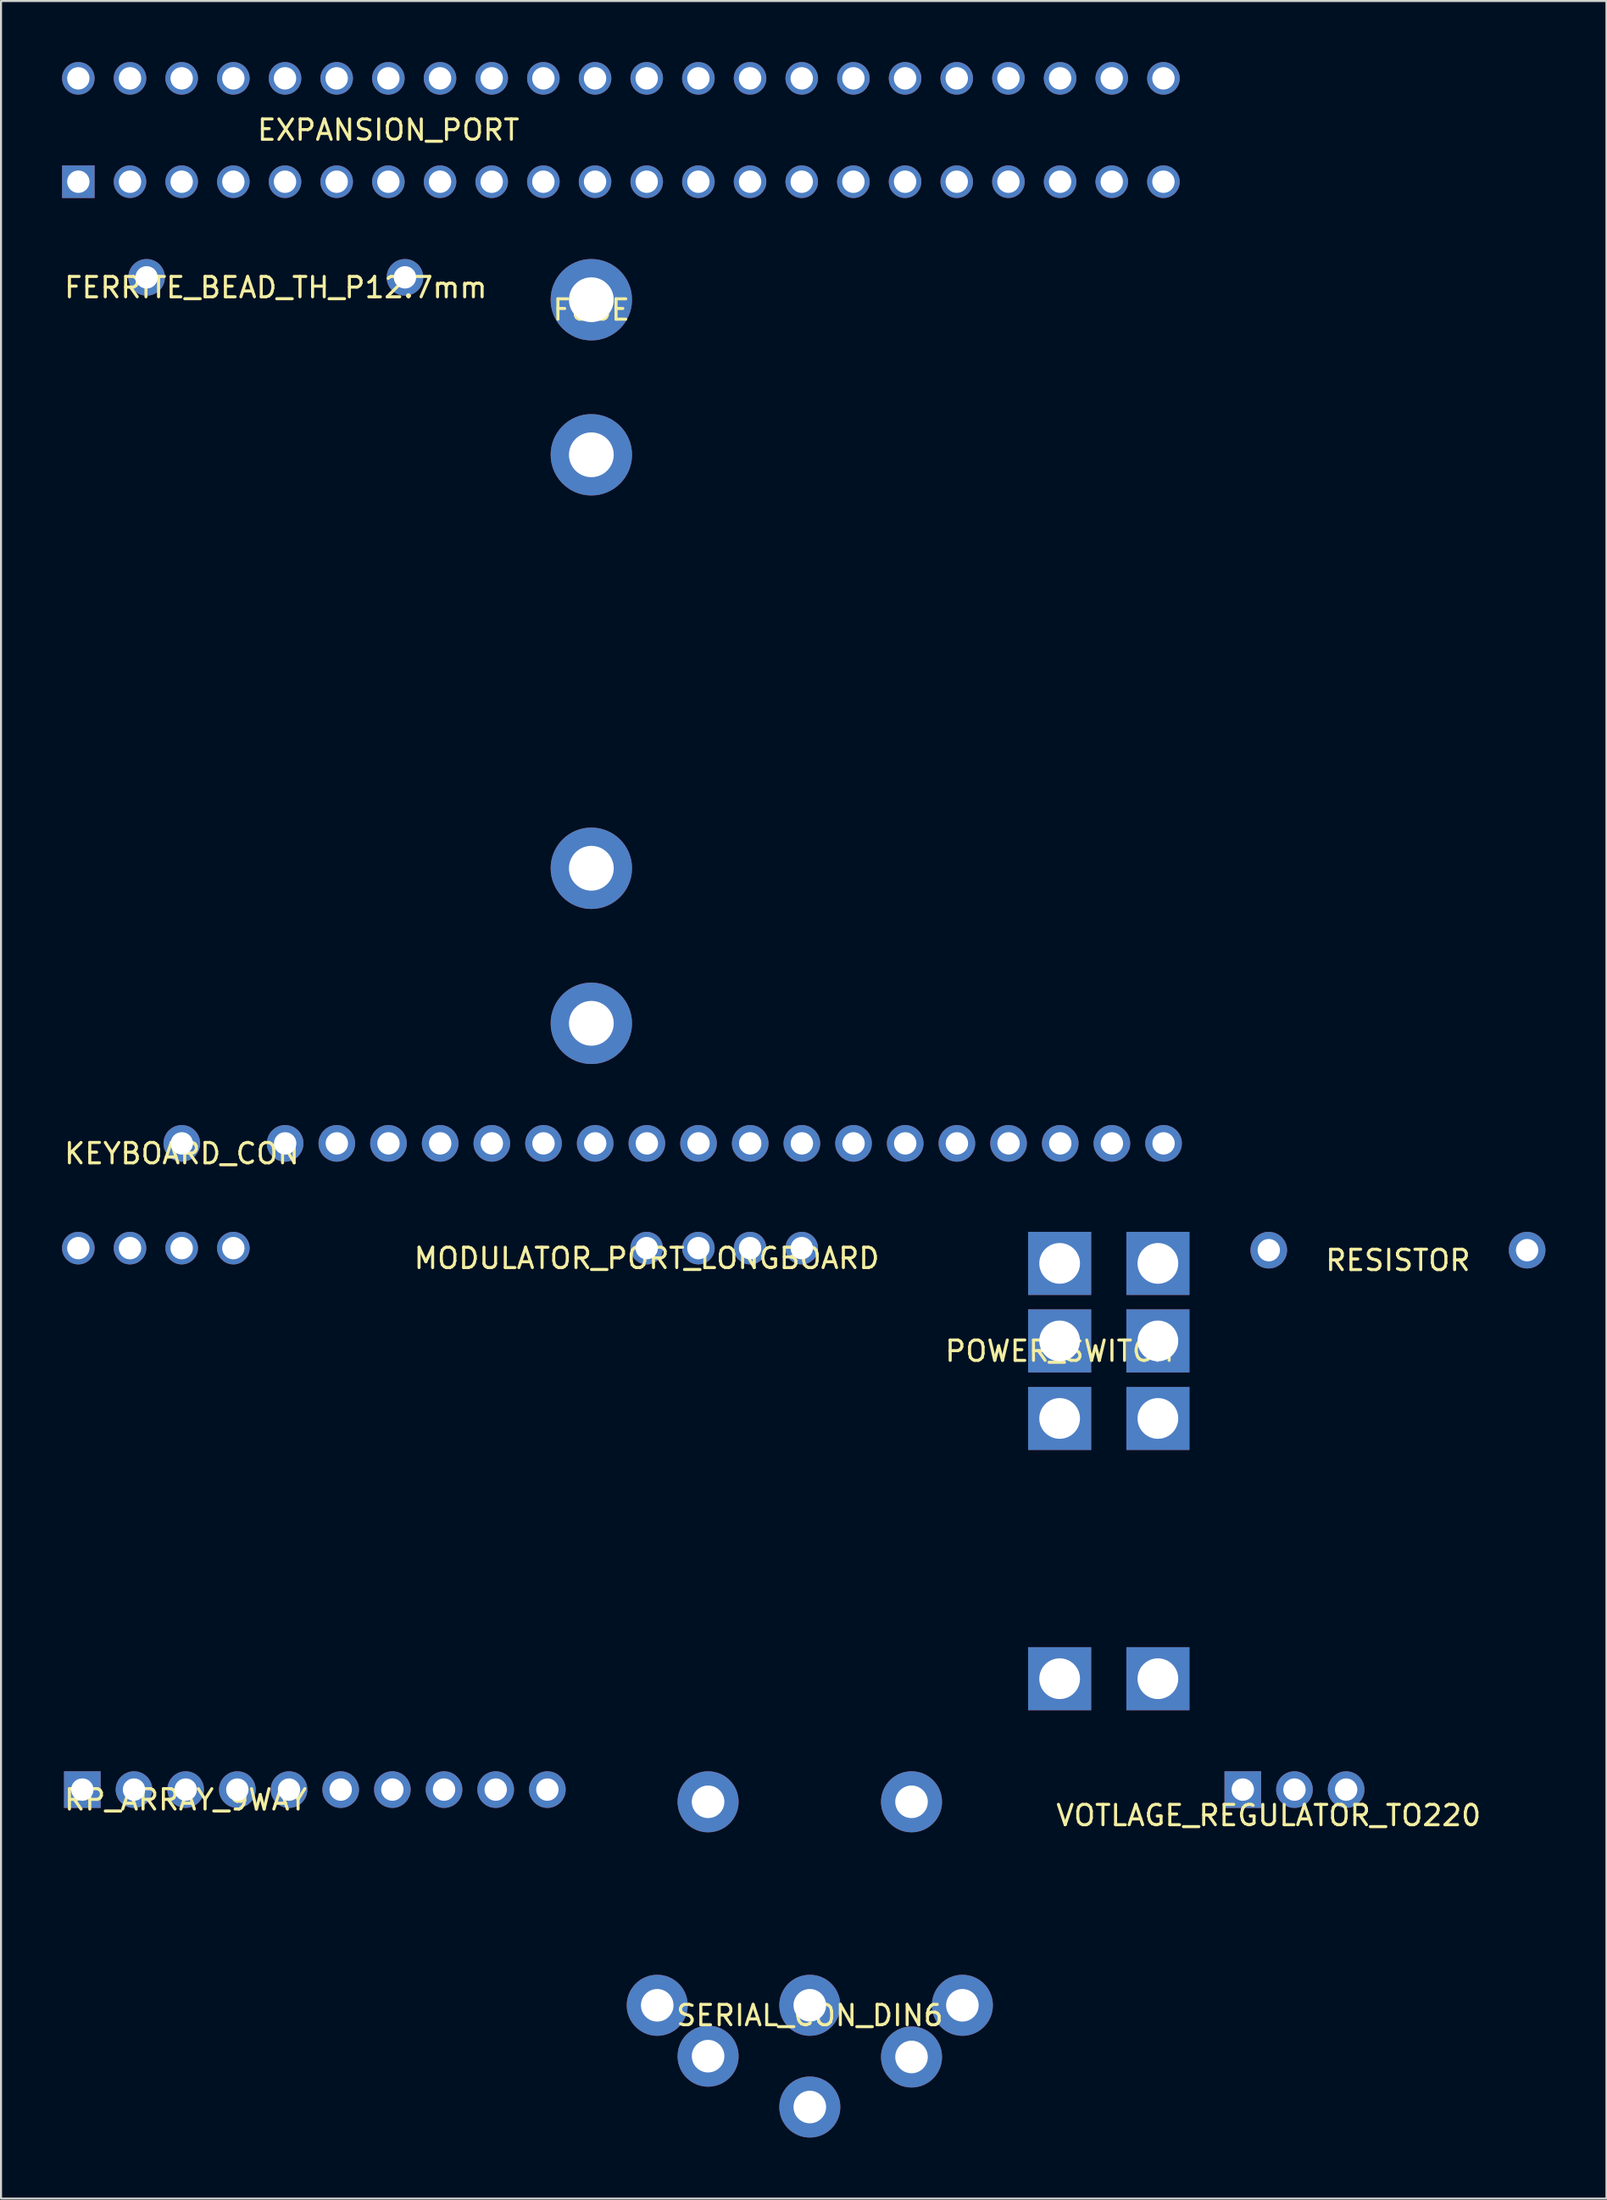
<source format=kicad_pcb>
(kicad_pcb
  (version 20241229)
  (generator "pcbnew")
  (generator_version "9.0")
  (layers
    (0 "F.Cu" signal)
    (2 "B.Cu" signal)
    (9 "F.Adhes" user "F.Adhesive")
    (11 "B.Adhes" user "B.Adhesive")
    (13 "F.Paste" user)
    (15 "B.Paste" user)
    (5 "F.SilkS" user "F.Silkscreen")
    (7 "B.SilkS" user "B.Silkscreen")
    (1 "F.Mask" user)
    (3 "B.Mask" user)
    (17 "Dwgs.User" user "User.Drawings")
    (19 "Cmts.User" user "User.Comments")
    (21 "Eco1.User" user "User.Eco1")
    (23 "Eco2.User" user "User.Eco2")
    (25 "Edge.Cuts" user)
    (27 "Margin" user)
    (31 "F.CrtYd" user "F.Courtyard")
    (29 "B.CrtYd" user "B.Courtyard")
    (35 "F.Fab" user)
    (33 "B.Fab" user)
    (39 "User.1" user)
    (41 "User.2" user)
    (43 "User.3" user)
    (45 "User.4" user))
  (footprint "RESISTOR"
    (layer "F.Cu")
    (at 59.318 58.388)
    (property "Reference" "RESISTOR" (at 6.35 0.5 0) (layer "F.SilkS") (effects (font (size 1 1) (thickness 0.15))))
    (attr through_hole)
    (pad "1" thru_hole circle (at 0 0) (size 1.8 1.8) (drill 1.1) (layers "*.Cu" "*.Mask"))
    (pad "2" thru_hole circle (at 12.7 0) (size 1.8 1.8) (drill 1.1) (layers "*.Cu" "*.Mask")))
  (footprint "SERIAL_CON_DIN6"
    (layer "F.Cu")
    (at 36.757 95.498)
    (property "Reference" "SERIAL_CON_DIN6" (at 0 0.5 0) (layer "F.SilkS") (effects (font (size 1 1) (thickness 0.15))))
    (attr through_hole)
    (pad "1" thru_hole circle (at -7.5 0) (size 3 3) (drill 1.6) (layers "*.Cu" "*.Mask"))
    (pad "2" thru_hole circle (at -5 -10) (size 3 3) (drill 1.6) (layers "*.Cu" "*.Mask"))
    (pad "2" thru_hole circle (at -5 2.5) (size 3 3) (drill 1.6) (layers "*.Cu" "*.Mask"))
    (pad "2" thru_hole circle (at 5 -10) (size 3 3) (drill 1.6) (layers "*.Cu" "*.Mask"))
    (pad "3" thru_hole circle (at 0 0) (size 3 3) (drill 1.6) (layers "*.Cu" "*.Mask"))
    (pad "4" thru_hole circle (at 5 2.54) (size 3 3) (drill 1.6) (layers "*.Cu" "*.Mask"))
    (pad "5" thru_hole circle (at 7.5 0) (size 3 3) (drill 1.6) (layers "*.Cu" "*.Mask"))
    (pad "6" thru_hole circle (at 0 5) (size 3 3) (drill 1.6) (layers "*.Cu" "*.Mask")))
  (footprint "KEYBOARD_CON"
    (layer "F.Cu")
    (at 5.887 53.14)
    (property "Reference" "KEYBOARD_CON" (at 0 0.5 0) (layer "F.SilkS") (effects (font (size 1 1) (thickness 0.15))))
    (attr through_hole)
    (pad "1" thru_hole circle (at 0 0) (size 1.8 1.8) (drill 1.1) (layers "*.Cu" "*.Mask"))
    (pad "3" thru_hole circle (at 5.08 0) (size 1.8 1.8) (drill 1.1) (layers "*.Cu" "*.Mask"))
    (pad "4" thru_hole circle (at 7.62 0) (size 1.8 1.8) (drill 1.1) (layers "*.Cu" "*.Mask"))
    (pad "5" thru_hole circle (at 10.16 0) (size 1.8 1.8) (drill 1.1) (layers "*.Cu" "*.Mask"))
    (pad "6" thru_hole circle (at 12.7 0) (size 1.8 1.8) (drill 1.1) (layers "*.Cu" "*.Mask"))
    (pad "7" thru_hole circle (at 15.24 0) (size 1.8 1.8) (drill 1.1) (layers "*.Cu" "*.Mask"))
    (pad "8" thru_hole circle (at 17.78 0) (size 1.8 1.8) (drill 1.1) (layers "*.Cu" "*.Mask"))
    (pad "9" thru_hole circle (at 20.32 0) (size 1.8 1.8) (drill 1.1) (layers "*.Cu" "*.Mask"))
    (pad "10" thru_hole circle (at 22.86 0) (size 1.8 1.8) (drill 1.1) (layers "*.Cu" "*.Mask"))
    (pad "11" thru_hole circle (at 25.4 0) (size 1.8 1.8) (drill 1.1) (layers "*.Cu" "*.Mask"))
    (pad "12" thru_hole circle (at 27.94 0) (size 1.8 1.8) (drill 1.1) (layers "*.Cu" "*.Mask"))
    (pad "13" thru_hole circle (at 30.48 0) (size 1.8 1.8) (drill 1.1) (layers "*.Cu" "*.Mask"))
    (pad "14" thru_hole circle (at 33.02 0) (size 1.8 1.8) (drill 1.1) (layers "*.Cu" "*.Mask"))
    (pad "15" thru_hole circle (at 35.56 0) (size 1.8 1.8) (drill 1.1) (layers "*.Cu" "*.Mask"))
    (pad "16" thru_hole circle (at 38.1 0) (size 1.8 1.8) (drill 1.1) (layers "*.Cu" "*.Mask"))
    (pad "17" thru_hole circle (at 40.64 0) (size 1.8 1.8) (drill 1.1) (layers "*.Cu" "*.Mask"))
    (pad "18" thru_hole circle (at 43.18 0) (size 1.8 1.8) (drill 1.1) (layers "*.Cu" "*.Mask"))
    (pad "19" thru_hole circle (at 45.72 0) (size 1.8 1.8) (drill 1.1) (layers "*.Cu" "*.Mask"))
    (pad "20" thru_hole circle (at 48.26 0) (size 1.8 1.8) (drill 1.1) (layers "*.Cu" "*.Mask")))
  (footprint "POWER_SWITCH"
    (layer "F.Cu")
    (at 49.038 62.848)
    (property "Reference" "POWER_SWITCH" (at 0 0.5 0) (layer "F.SilkS") (effects (font (size 1 1) (thickness 0.15))))
    (attr through_hole)
    (pad "1" thru_hole rect (at 0 0) (size 3.1 3.1) (drill 2) (layers "*.Cu" "*.Mask"))
    (pad "2" thru_hole rect (at 0 3.81) (size 3.1 3.1) (drill 2) (layers "*.Cu" "*.Mask"))
    (pad "3" thru_hole rect (at 0 -3.81) (size 3.1 3.1) (drill 2) (layers "*.Cu" "*.Mask"))
    (pad "4" thru_hole rect (at 4.83 0) (size 3.1 3.1) (drill 2) (layers "*.Cu" "*.Mask"))
    (pad "5" thru_hole rect (at 4.83 3.81) (size 3.1 3.1) (drill 2) (layers "*.Cu" "*.Mask"))
    (pad "6" thru_hole rect (at 4.83 -3.81) (size 3.1 3.1) (drill 2) (layers "*.Cu" "*.Mask"))
    (pad "pe" thru_hole rect (at 0 16.6) (size 3.1 3.1) (drill 2) (layers "*.Cu" "*.Mask"))
    (pad "pe" thru_hole rect (at 4.83 16.6) (size 3.1 3.1) (drill 2) (layers "*.Cu" "*.Mask")))
  (footprint "RP_ARRAY_9WAY"
    (layer "F.Cu")
    (at 0.997 84.898)
    (property "Reference" "RP_ARRAY_9WAY" (at 5.08 0.5 0) (layer "F.SilkS") (effects (font (size 1 1) (thickness 0.15))))
    (attr through_hole)
    (pad "1" thru_hole rect (at 0 0) (size 1.8 1.8) (drill 1.1) (layers "*.Cu" "*.Mask"))
    (pad "2" thru_hole circle (at 2.54 0) (size 1.8 1.8) (drill 1.1) (layers "*.Cu" "*.Mask"))
    (pad "3" thru_hole circle (at 5.08 0) (size 1.8 1.8) (drill 1.1) (layers "*.Cu" "*.Mask"))
    (pad "4" thru_hole circle (at 7.62 0) (size 1.8 1.8) (drill 1.1) (layers "*.Cu" "*.Mask"))
    (pad "5" thru_hole circle (at 10.16 0) (size 1.8 1.8) (drill 1.1) (layers "*.Cu" "*.Mask"))
    (pad "6" thru_hole circle (at 12.7 0) (size 1.8 1.8) (drill 1.1) (layers "*.Cu" "*.Mask"))
    (pad "7" thru_hole circle (at 15.24 0) (size 1.8 1.8) (drill 1.1) (layers "*.Cu" "*.Mask"))
    (pad "8" thru_hole circle (at 17.78 0) (size 1.8 1.8) (drill 1.1) (layers "*.Cu" "*.Mask"))
    (pad "9" thru_hole circle (at 20.32 0) (size 1.8 1.8) (drill 1.1) (layers "*.Cu" "*.Mask"))
    (pad "10" thru_hole circle (at 22.86 0) (size 1.8 1.8) (drill 1.1) (layers "*.Cu" "*.Mask")))
  (footprint "MODULATOR_PORT_LONGBOARD"
    (layer "F.Cu")
    (at 28.74 58.288)
    (property "Reference" "MODULATOR_PORT_LONGBOARD" (at 0 0.5 0) (layer "F.SilkS") (effects (font (size 1 1) (thickness 0.15))))
    (attr through_hole)
    (pad "1" thru_hole circle (at 7.62 0) (size 1.6 1.6) (drill 1.1) (layers "*.Cu" "*.Mask"))
    (pad "2" thru_hole circle (at 5.08 0) (size 1.6 1.6) (drill 1.1) (layers "*.Cu" "*.Mask"))
    (pad "3" thru_hole circle (at 2.54 0) (size 1.6 1.6) (drill 1.1) (layers "*.Cu" "*.Mask"))
    (pad "4" thru_hole circle (at 0 0) (size 1.6 1.6) (drill 1.1) (layers "*.Cu" "*.Mask"))
    (pad "5" thru_hole circle (at -20.32 0) (size 1.6 1.6) (drill 1.1) (layers "*.Cu" "*.Mask"))
    (pad "6" thru_hole circle (at -22.86 0) (size 1.6 1.6) (drill 1.1) (layers "*.Cu" "*.Mask"))
    (pad "7" thru_hole circle (at -25.4 0) (size 1.6 1.6) (drill 1.1) (layers "*.Cu" "*.Mask"))
    (pad "8" thru_hole circle (at -27.94 0) (size 1.6 1.6) (drill 1.1) (layers "*.Cu" "*.Mask")))
  (footprint "EXPANSION_PORT"
    (layer "F.Cu")
    (at 0.8 5.88)
    (property "Reference" "EXPANSION_PORT" (at 15.24 -2.54 0) (layer "F.SilkS") (effects (font (size 1 1) (thickness 0.15))))
    (attr through_hole)
    (pad "1" thru_hole rect (at 0 0) (size 1.6 1.6) (drill 1.1) (layers "*.Cu" "*.Mask"))
    (pad "2" thru_hole circle (at 2.54 0) (size 1.6 1.6) (drill 1.1) (layers "*.Cu" "*.Mask"))
    (pad "3" thru_hole circle (at 5.08 0) (size 1.6 1.6) (drill 1.1) (layers "*.Cu" "*.Mask"))
    (pad "4" thru_hole circle (at 7.62 0) (size 1.6 1.6) (drill 1.1) (layers "*.Cu" "*.Mask"))
    (pad "5" thru_hole circle (at 10.16 0) (size 1.6 1.6) (drill 1.1) (layers "*.Cu" "*.Mask"))
    (pad "6" thru_hole circle (at 12.7 0) (size 1.6 1.6) (drill 1.1) (layers "*.Cu" "*.Mask"))
    (pad "7" thru_hole circle (at 15.24 0) (size 1.6 1.6) (drill 1.1) (layers "*.Cu" "*.Mask"))
    (pad "8" thru_hole circle (at 17.78 0) (size 1.6 1.6) (drill 1.1) (layers "*.Cu" "*.Mask"))
    (pad "9" thru_hole circle (at 20.32 0) (size 1.6 1.6) (drill 1.1) (layers "*.Cu" "*.Mask"))
    (pad "10" thru_hole circle (at 22.86 0) (size 1.6 1.6) (drill 1.1) (layers "*.Cu" "*.Mask"))
    (pad "11" thru_hole circle (at 25.4 0) (size 1.6 1.6) (drill 1.1) (layers "*.Cu" "*.Mask"))
    (pad "12" thru_hole circle (at 27.94 0) (size 1.6 1.6) (drill 1.1) (layers "*.Cu" "*.Mask"))
    (pad "13" thru_hole circle (at 30.48 0) (size 1.6 1.6) (drill 1.1) (layers "*.Cu" "*.Mask"))
    (pad "14" thru_hole circle (at 33.02 0) (size 1.6 1.6) (drill 1.1) (layers "*.Cu" "*.Mask"))
    (pad "15" thru_hole circle (at 35.56 0) (size 1.6 1.6) (drill 1.1) (layers "*.Cu" "*.Mask"))
    (pad "16" thru_hole circle (at 38.1 0) (size 1.6 1.6) (drill 1.1) (layers "*.Cu" "*.Mask"))
    (pad "17" thru_hole circle (at 40.64 0) (size 1.6 1.6) (drill 1.1) (layers "*.Cu" "*.Mask"))
    (pad "18" thru_hole circle (at 43.18 0) (size 1.6 1.6) (drill 1.1) (layers "*.Cu" "*.Mask"))
    (pad "19" thru_hole circle (at 45.72 0) (size 1.6 1.6) (drill 1.1) (layers "*.Cu" "*.Mask"))
    (pad "20" thru_hole circle (at 48.26 0) (size 1.6 1.6) (drill 1.1) (layers "*.Cu" "*.Mask"))
    (pad "21" thru_hole circle (at 50.8 0) (size 1.6 1.6) (drill 1.1) (layers "*.Cu" "*.Mask"))
    (pad "22" thru_hole circle (at 53.34 0) (size 1.6 1.6) (drill 1.1) (layers "*.Cu" "*.Mask"))
    (pad "A" thru_hole circle (at 0 -5.08) (size 1.6 1.6) (drill 1.1) (layers "*.Cu" "*.Mask"))
    (pad "B" thru_hole circle (at 2.54 -5.08) (size 1.6 1.6) (drill 1.1) (layers "*.Cu" "*.Mask"))
    (pad "C" thru_hole circle (at 5.08 -5.08) (size 1.6 1.6) (drill 1.1) (layers "*.Cu" "*.Mask"))
    (pad "D" thru_hole circle (at 7.62 -5.08) (size 1.6 1.6) (drill 1.1) (layers "*.Cu" "*.Mask"))
    (pad "E" thru_hole circle (at 10.16 -5.08) (size 1.6 1.6) (drill 1.1) (layers "*.Cu" "*.Mask"))
    (pad "F" thru_hole circle (at 12.7 -5.08) (size 1.6 1.6) (drill 1.1) (layers "*.Cu" "*.Mask"))
    (pad "H" thru_hole circle (at 15.24 -5.08) (size 1.6 1.6) (drill 1.1) (layers "*.Cu" "*.Mask"))
    (pad "J" thru_hole circle (at 17.78 -5.08) (size 1.6 1.6) (drill 1.1) (layers "*.Cu" "*.Mask"))
    (pad "K" thru_hole circle (at 20.32 -5.08) (size 1.6 1.6) (drill 1.1) (layers "*.Cu" "*.Mask"))
    (pad "L" thru_hole circle (at 22.86 -5.08) (size 1.6 1.6) (drill 1.1) (layers "*.Cu" "*.Mask"))
    (pad "M" thru_hole circle (at 25.4 -5.08) (size 1.6 1.6) (drill 1.1) (layers "*.Cu" "*.Mask"))
    (pad "N" thru_hole circle (at 27.94 -5.08) (size 1.6 1.6) (drill 1.1) (layers "*.Cu" "*.Mask"))
    (pad "P" thru_hole circle (at 30.48 -5.08) (size 1.6 1.6) (drill 1.1) (layers "*.Cu" "*.Mask"))
    (pad "R" thru_hole circle (at 33.02 -5.08) (size 1.6 1.6) (drill 1.1) (layers "*.Cu" "*.Mask"))
    (pad "S" thru_hole circle (at 35.56 -5.08) (size 1.6 1.6) (drill 1.1) (layers "*.Cu" "*.Mask"))
    (pad "T" thru_hole circle (at 38.1 -5.08) (size 1.6 1.6) (drill 1.1) (layers "*.Cu" "*.Mask"))
    (pad "U" thru_hole circle (at 40.64 -5.08) (size 1.6 1.6) (drill 1.1) (layers "*.Cu" "*.Mask"))
    (pad "V" thru_hole circle (at 43.18 -5.08) (size 1.6 1.6) (drill 1.1) (layers "*.Cu" "*.Mask"))
    (pad "W" thru_hole circle (at 45.72 -5.08) (size 1.6 1.6) (drill 1.1) (layers "*.Cu" "*.Mask"))
    (pad "X" thru_hole circle (at 48.26 -5.08) (size 1.6 1.6) (drill 1.1) (layers "*.Cu" "*.Mask"))
    (pad "Y" thru_hole circle (at 50.8 -5.08) (size 1.6 1.6) (drill 1.1) (layers "*.Cu" "*.Mask"))
    (pad "Z" thru_hole circle (at 53.34 -5.08) (size 1.6 1.6) (drill 1.1) (layers "*.Cu" "*.Mask")))
  (footprint "VOTLAGE_REGULATOR_TO220"
    (layer "F.Cu")
    (at 58.041 84.898)
    (property "Reference" "VOTLAGE_REGULATOR_TO220" (at 1.27 1.27 180) (layer "F.SilkS") (effects (font (size 1 1) (thickness 0.15))))
    (attr through_hole)
    (pad "1" thru_hole rect (at 0 0 90) (size 1.8 1.8) (drill 1.1) (layers "*.Cu" "*.Mask"))
    (pad "2" thru_hole circle (at 5.08 0 90) (size 1.8 1.8) (drill 1.1) (layers "*.Cu" "*.Mask"))
    (pad "3" thru_hole circle (at 2.54 0 90) (size 1.8 1.8) (drill 1.1) (layers "*.Cu" "*.Mask")))
  (footprint "FERRITE_BEAD_TH_P12.7mm"
    (layer "F.Cu")
    (at 10.506 10.58)
    (property "Reference" "FERRITE_BEAD_TH_P12.7mm" (at 0 0.5 0) (layer "F.SilkS") (effects (font (size 1 1) (thickness 0.15))))
    (attr through_hole)
    (pad "1" thru_hole circle (at -6.35 0) (size 1.8 1.8) (drill 1.1) (layers "*.Cu" "*.Mask"))
    (pad "2" thru_hole circle (at 6.35 0) (size 1.8 1.8) (drill 1.1) (layers "*.Cu" "*.Mask")))
  (footprint "FUSE"
    (layer "F.Cu")
    (at 26.018 11.68)
    (property "Reference" "FUSE" (at 0 0.5 0) (layer "F.SilkS") (effects (font (size 1 1) (thickness 0.15))))
    (attr through_hole)
    (pad "1" thru_hole circle (at 0 0) (size 4 4) (drill 2.2) (layers "*.Cu" "*.Mask"))
    (pad "1" thru_hole circle (at 0 7.62) (size 4 4) (drill 2.2) (layers "*.Cu" "*.Mask"))
    (pad "2" thru_hole circle (at 0 27.94) (size 4 4) (drill 2.2) (layers "*.Cu" "*.Mask"))
    (pad "2" thru_hole circle (at 0 35.56) (size 4 4) (drill 2.2) (layers "*.Cu" "*.Mask")))
  (gr_rect
    (start -3 -3)
    (end 75.918 104.998)
    (stroke (width 0.1) (type default))
    (fill no)
    (layer "Edge.Cuts")))
</source>
